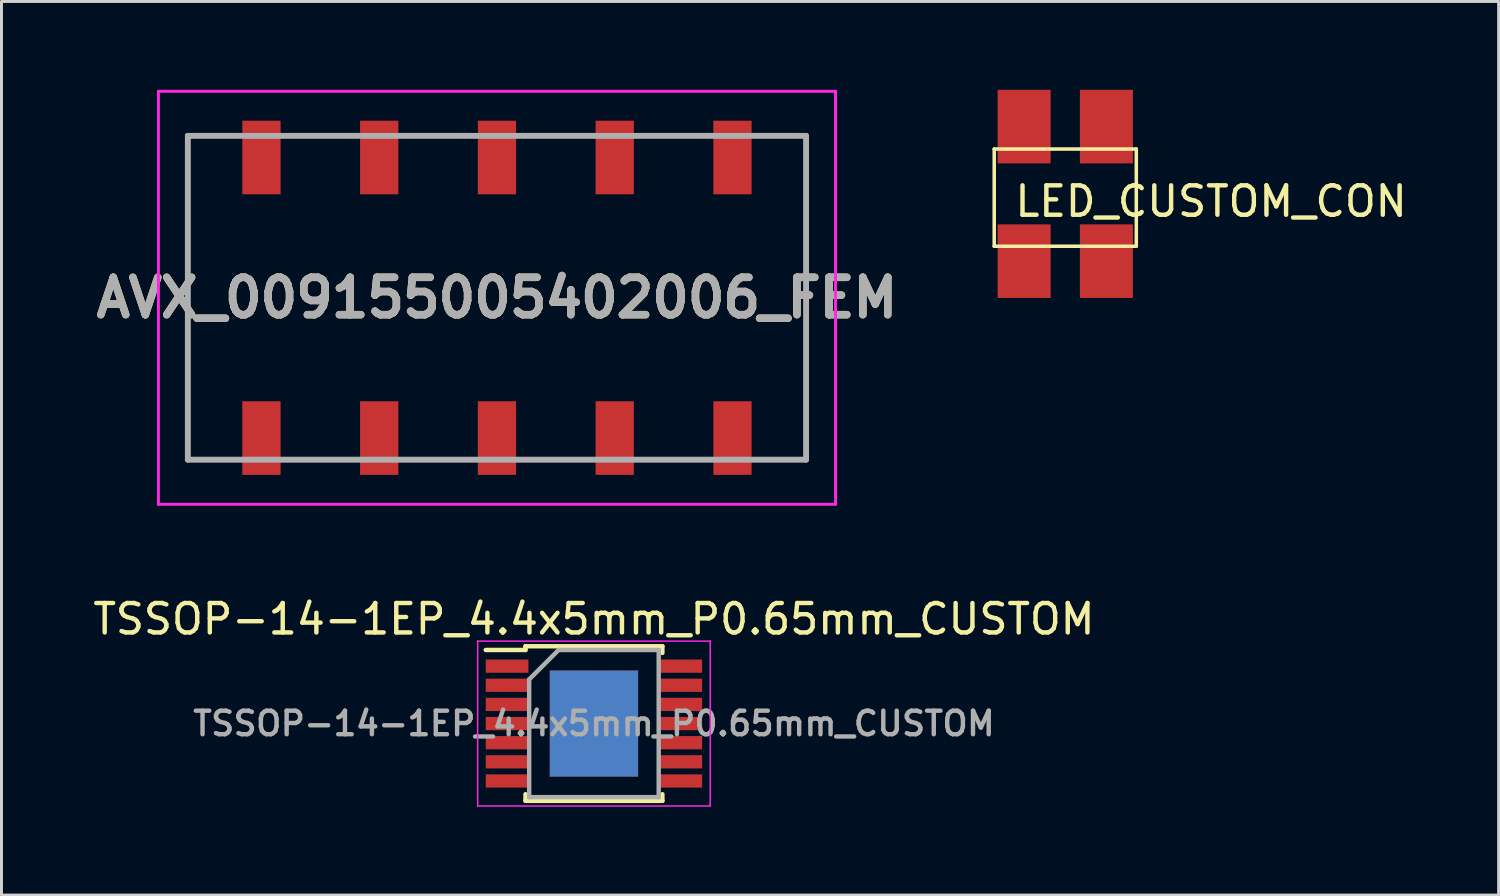
<source format=kicad_pcb>
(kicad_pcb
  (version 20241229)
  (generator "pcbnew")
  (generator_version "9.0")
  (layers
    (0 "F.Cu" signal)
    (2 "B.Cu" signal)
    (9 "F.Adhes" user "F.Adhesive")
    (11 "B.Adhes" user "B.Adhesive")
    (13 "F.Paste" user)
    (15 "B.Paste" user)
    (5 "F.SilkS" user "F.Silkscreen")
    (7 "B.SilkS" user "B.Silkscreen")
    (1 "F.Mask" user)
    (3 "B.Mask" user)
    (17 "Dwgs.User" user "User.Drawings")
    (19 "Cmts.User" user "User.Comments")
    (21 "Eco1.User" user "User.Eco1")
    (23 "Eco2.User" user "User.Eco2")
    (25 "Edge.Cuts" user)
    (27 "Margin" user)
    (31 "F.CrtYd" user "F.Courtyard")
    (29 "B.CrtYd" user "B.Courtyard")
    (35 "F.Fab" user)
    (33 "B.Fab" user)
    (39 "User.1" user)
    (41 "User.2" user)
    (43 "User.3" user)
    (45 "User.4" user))
  (footprint "AVX_009155005402006_FEM"
    (layer "F.Cu")
    (at 13.831 7.065)
    (property "Reference" "AVX_009155005402006_FEM" (at 0 0 0) (layer "F.SilkS") (effects (font (size 1.27 1.27) (thickness 0.254))))
    (attr smd)
    (fp_line (start -10.5 -5.5) (end -10.5 5.5) (stroke (width 0.1) (type solid)) (layer "F.SilkS"))
    (fp_line (start -10.5 5.5) (end -9.5 5.5) (stroke (width 0.1) (type solid)) (layer "F.SilkS"))
    (fp_line (start -9.5 -5.5) (end -10.5 -5.5) (stroke (width 0.1) (type solid)) (layer "F.SilkS"))
    (fp_line (start 9.5 -5.5) (end 10.5 -5.5) (stroke (width 0.1) (type solid)) (layer "F.SilkS"))
    (fp_line (start 10.5 -5.5) (end 10.5 5.5) (stroke (width 0.1) (type solid)) (layer "F.SilkS"))
    (fp_line (start 10.5 5.5) (end 9.5 5.5) (stroke (width 0.1) (type solid)) (layer "F.SilkS"))
    (fp_line (start -11.5 -7.015) (end 11.5 -7.015) (stroke (width 0.1) (type solid)) (layer "F.CrtYd"))
    (fp_line (start -11.5 7.015) (end -11.5 -7.015) (stroke (width 0.1) (type solid)) (layer "F.CrtYd"))
    (fp_line (start 11.5 -7.015) (end 11.5 7.015) (stroke (width 0.1) (type solid)) (layer "F.CrtYd"))
    (fp_line (start 11.5 7.015) (end -11.5 7.015) (stroke (width 0.1) (type solid)) (layer "F.CrtYd"))
    (fp_line (start -10.5 -5.5) (end 10.5 -5.5) (stroke (width 0.2) (type solid)) (layer "F.Fab"))
    (fp_line (start -10.5 5.5) (end -10.5 -5.5) (stroke (width 0.2) (type solid)) (layer "F.Fab"))
    (fp_line (start 10.5 -5.5) (end 10.5 5.5) (stroke (width 0.2) (type solid)) (layer "F.Fab"))
    (fp_line (start 10.5 5.5) (end -10.5 5.5) (stroke (width 0.2) (type solid)) (layer "F.Fab"))
    (fp_text user "${REFERENCE}" (at 0 0 0) (layer "F.Fab") (effects (font (size 1.27 1.27) (thickness 0.254))))
    (pad "1" smd rect (at -8 -4.765) (size 1.3 2.5) (layers "F.Cu" "F.Mask" "F.Paste"))
    (pad "1" smd rect (at -8 4.765) (size 1.3 2.5) (layers "F.Cu" "F.Mask" "F.Paste"))
    (pad "2" smd rect (at -4 -4.765) (size 1.3 2.5) (layers "F.Cu" "F.Mask" "F.Paste"))
    (pad "2" smd rect (at -4 4.765) (size 1.3 2.5) (layers "F.Cu" "F.Mask" "F.Paste"))
    (pad "3" smd rect (at 0 -4.765) (size 1.3 2.5) (layers "F.Cu" "F.Mask" "F.Paste"))
    (pad "3" smd rect (at 0 4.765) (size 1.3 2.5) (layers "F.Cu" "F.Mask" "F.Paste"))
    (pad "4" smd rect (at 4 -4.765) (size 1.3 2.5) (layers "F.Cu" "F.Mask" "F.Paste"))
    (pad "4" smd rect (at 4 4.765) (size 1.3 2.5) (layers "F.Cu" "F.Mask" "F.Paste"))
    (pad "5" smd rect (at 8 -4.765) (size 1.3 2.5) (layers "F.Cu" "F.Mask" "F.Paste"))
    (pad "5" smd rect (at 8 4.765) (size 1.3 2.5) (layers "F.Cu" "F.Mask" "F.Paste")))
  (footprint "LED_CUSTOM_CON"
    (layer "F.Cu")
    (at 39.104 2.52)
    (property "Reference" "LED_CUSTOM_CON" (at -1.016 1.27 0) (layer "F.SilkS") (effects (font (size 1 1) (thickness 0.15))))
    (attr through_hole)
    (fp_line (start -8.382 -0.508) (end -3.556 -0.508) (stroke (width 0.12) (type solid)) (layer "F.SilkS"))
    (fp_line (start -8.382 2.794) (end -8.382 -0.508) (stroke (width 0.12) (type solid)) (layer "F.SilkS"))
    (fp_line (start -3.556 -0.508) (end -3.556 2.794) (stroke (width 0.12) (type solid)) (layer "F.SilkS"))
    (fp_line (start -3.556 2.794) (end -8.382 2.794) (stroke (width 0.12) (type solid)) (layer "F.SilkS"))
    (pad "1" smd rect (at -4.572 3.302 270) (size 2.5 1.8) (layers "F.Cu" "F.Mask"))
    (pad "2" smd rect (at -7.366 3.302 270) (size 2.5 1.8) (layers "F.Cu" "F.Mask"))
    (pad "3" smd rect (at -4.572 -1.27 270) (size 2.5 1.8) (layers "F.Cu" "F.Mask"))
    (pad "4" smd rect (at -7.366 -1.27 270) (size 2.5 1.8) (layers "F.Cu" "F.Mask")))
  (footprint "TSSOP-14-1EP_4.4x5mm_P0.65mm_CUSTOM"
    (layer "F.Cu")
    (at 17.125 21.528)
    (property "Reference" "TSSOP-14-1EP_4.4x5mm_P0.65mm_CUSTOM" (at 0 -3.55 0) (layer "F.SilkS") (effects (font (size 1 1) (thickness 0.15))))
    (attr smd)
    (fp_line (start -2.325 -2.625) (end -2.325 -2.5) (stroke (width 0.15) (type solid)) (layer "F.SilkS"))
    (fp_line (start -2.325 -2.625) (end 2.325 -2.625) (stroke (width 0.15) (type solid)) (layer "F.SilkS"))
    (fp_line (start -2.325 -2.5) (end -3.675 -2.5) (stroke (width 0.15) (type solid)) (layer "F.SilkS"))
    (fp_line (start -2.325 2.625) (end -2.325 2.4) (stroke (width 0.15) (type solid)) (layer "F.SilkS"))
    (fp_line (start -2.325 2.625) (end 2.325 2.625) (stroke (width 0.15) (type solid)) (layer "F.SilkS"))
    (fp_line (start 2.325 -2.625) (end 2.325 -2.4) (stroke (width 0.15) (type solid)) (layer "F.SilkS"))
    (fp_line (start 2.325 2.625) (end 2.325 2.4) (stroke (width 0.15) (type solid)) (layer "F.SilkS"))
    (fp_line (start -3.95 -2.8) (end -3.95 2.8) (stroke (width 0.05) (type solid)) (layer "F.CrtYd"))
    (fp_line (start -3.95 -2.8) (end 3.95 -2.8) (stroke (width 0.05) (type solid)) (layer "F.CrtYd"))
    (fp_line (start -3.95 2.8) (end 3.95 2.8) (stroke (width 0.05) (type solid)) (layer "F.CrtYd"))
    (fp_line (start 3.95 -2.8) (end 3.95 2.8) (stroke (width 0.05) (type solid)) (layer "F.CrtYd"))
    (fp_line (start -2.2 -1.5) (end -1.2 -2.5) (stroke (width 0.15) (type solid)) (layer "F.Fab"))
    (fp_line (start -2.2 2.5) (end -2.2 -1.5) (stroke (width 0.15) (type solid)) (layer "F.Fab"))
    (fp_line (start -1.2 -2.5) (end 2.2 -2.5) (stroke (width 0.15) (type solid)) (layer "F.Fab"))
    (fp_line (start 2.2 -2.5) (end 2.2 2.5) (stroke (width 0.15) (type solid)) (layer "F.Fab"))
    (fp_line (start 2.2 2.5) (end -2.2 2.5) (stroke (width 0.15) (type solid)) (layer "F.Fab"))
    (fp_text user "${REFERENCE}" (at 0 0 0) (layer "F.Fab") (effects (font (size 0.8 0.8) (thickness 0.15))))
    (pad "1" smd rect (at -2.95 -1.95) (size 1.45 0.45) (layers "F.Cu" "F.Mask" "F.Paste"))
    (pad "2" smd rect (at -2.95 -1.3) (size 1.45 0.45) (layers "F.Cu" "F.Mask" "F.Paste"))
    (pad "3" smd rect (at -2.95 -0.65) (size 1.45 0.45) (layers "F.Cu" "F.Mask" "F.Paste"))
    (pad "4" smd rect (at -2.95 0) (size 1.45 0.45) (layers "F.Cu" "F.Mask" "F.Paste"))
    (pad "5" smd rect (at -2.95 0.65) (size 1.45 0.45) (layers "F.Cu" "F.Mask" "F.Paste"))
    (pad "6" smd rect (at -2.95 1.3) (size 1.45 0.45) (layers "F.Cu" "F.Mask" "F.Paste"))
    (pad "7" smd rect (at -2.95 1.95) (size 1.45 0.45) (layers "F.Cu" "F.Mask" "F.Paste"))
    (pad "8" smd rect (at 2.95 1.95) (size 1.45 0.45) (layers "F.Cu" "F.Mask" "F.Paste"))
    (pad "9" smd rect (at 2.95 1.3) (size 1.45 0.45) (layers "F.Cu" "F.Mask" "F.Paste"))
    (pad "10" smd rect (at 2.95 0.65) (size 1.45 0.45) (layers "F.Cu" "F.Mask" "F.Paste"))
    (pad "11" smd rect (at 2.95 0) (size 1.45 0.45) (layers "F.Cu" "F.Mask" "F.Paste"))
    (pad "12" smd rect (at 2.95 -0.65) (size 1.45 0.45) (layers "F.Cu" "F.Mask" "F.Paste"))
    (pad "13" smd rect (at 2.95 -1.3) (size 1.45 0.45) (layers "F.Cu" "F.Mask" "F.Paste"))
    (pad "14" smd rect (at 2.95 -1.95) (size 1.45 0.45) (layers "F.Cu" "F.Mask" "F.Paste"))
    (pad "15" smd rect (at -0.75 -0.9) (size 1.5 1.8) (layers "F.Cu" "F.Mask" "F.Paste"))
    (pad "15" smd rect (at -0.75 0.9) (size 1.5 1.8) (layers "F.Cu" "F.Mask" "F.Paste"))
    (pad "15" smd rect (at 0 0) (size 3 3.6) (layers "*.Mask" "B.Cu" "F.Paste"))
    (pad "15" smd rect (at 0.75 -0.9) (size 1.5 1.8) (layers "F.Cu" "F.Mask" "F.Paste"))
    (pad "15" smd rect (at 0.75 0.9) (size 1.5 1.8) (layers "F.Cu" "F.Mask" "F.Paste")))
  (gr_rect
    (start -3 -3)
    (end 47.856 27.353)
    (stroke (width 0.1) (type default))
    (fill no)
    (layer "Edge.Cuts")))
</source>
